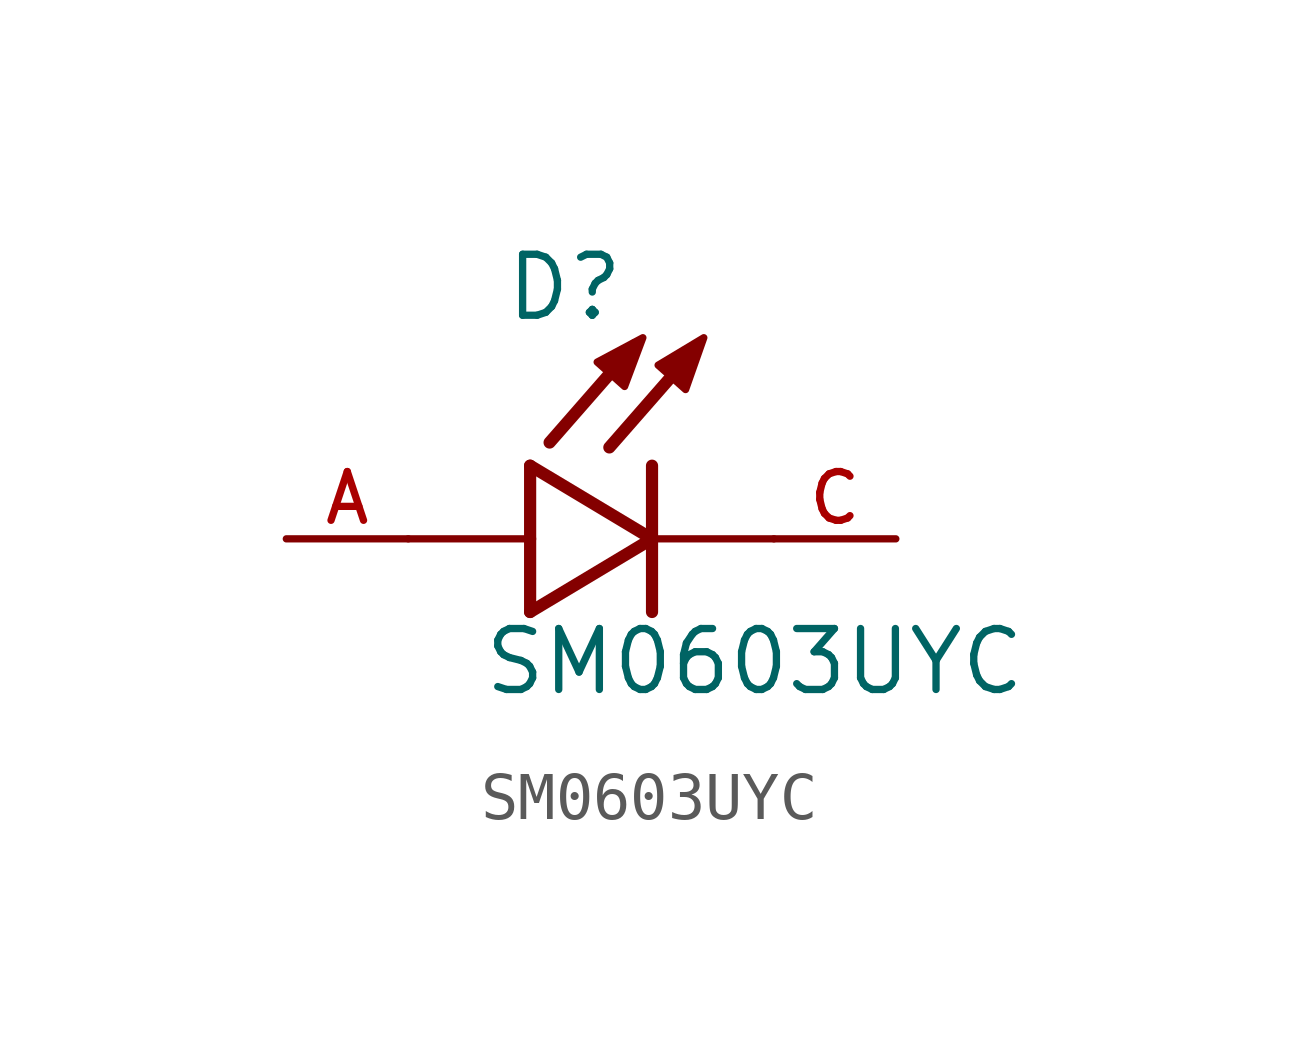
<source format=kicad_sym>
(kicad_symbol_lib
  (version 20211014)
  (generator kicad_symbol_editor)
  (symbol "SM0603UYC"
    (pin_names
      (offset 1.016))
    (property "Reference" "D"
      (at -3.099 4.496 0)
      (effects (font (size 1.27 1.27)) (justify bottom left)))
    (property "Value" "SM0603UYC"
      (at -3.556 -3.302 0)
      (effects (font (size 1.27 1.27)) (justify bottom left)))
    (symbol "SM0603UYC_0_0"
      (polyline (pts (xy -2.54 1.524) (xy -2.54 0.0)) (stroke (width 0.254)))
      (polyline (pts (xy -2.54 0.0) (xy -2.54 -1.524)) (stroke (width 0.254)))
      (polyline (pts (xy -2.54 -1.524) (xy 0.0 0.0)) (stroke (width 0.254)))
      (polyline (pts (xy 0.0 0.0) (xy -2.54 1.524)) (stroke (width 0.254)))
      (polyline (pts (xy 0.0 1.524) (xy 0.0 0.0)) (stroke (width 0.254)))
      (polyline (pts (xy 0.0 0.0) (xy 0.0 -1.524)) (stroke (width 0.254)))
      (polyline (pts (xy -2.54 0.0) (xy -5.08 0.0)) (stroke (width 0.152)))
      (polyline (pts (xy 0.889 3.937) (xy -0.889 1.905)) (stroke (width 0.254)))
      (polyline (pts (xy -0.356 4.039) (xy -2.134 2.007)) (stroke (width 0.254)))
      (polyline (pts (xy 2.54 0.0) (xy 0.0 0.0)) (stroke (width 0.152)))
      (polyline (pts (xy -1.143 3.683) (xy -0.572 3.175) (xy -0.191 4.191) (xy -1.143 3.683)) (stroke (width 0.152)) (fill (type outline)))
      (polyline (pts (xy 0.127 3.619) (xy 0.699 3.111) (xy 1.079 4.191) (xy 0.127 3.619)) (stroke (width 0.152)) (fill (type outline)))
      (pin passive line (at 5.08 0.0 180.0) (length 2.54) (name "~" (effects (font (size 1.016 1.016)))) (number "C" (effects (font (size 1.016 1.016)))))
      (pin passive line (at -7.62 0.0 0) (length 2.54) (name "~" (effects (font (size 1.016 1.016)))) (number "A" (effects (font (size 1.016 1.016))))))))
</source>
